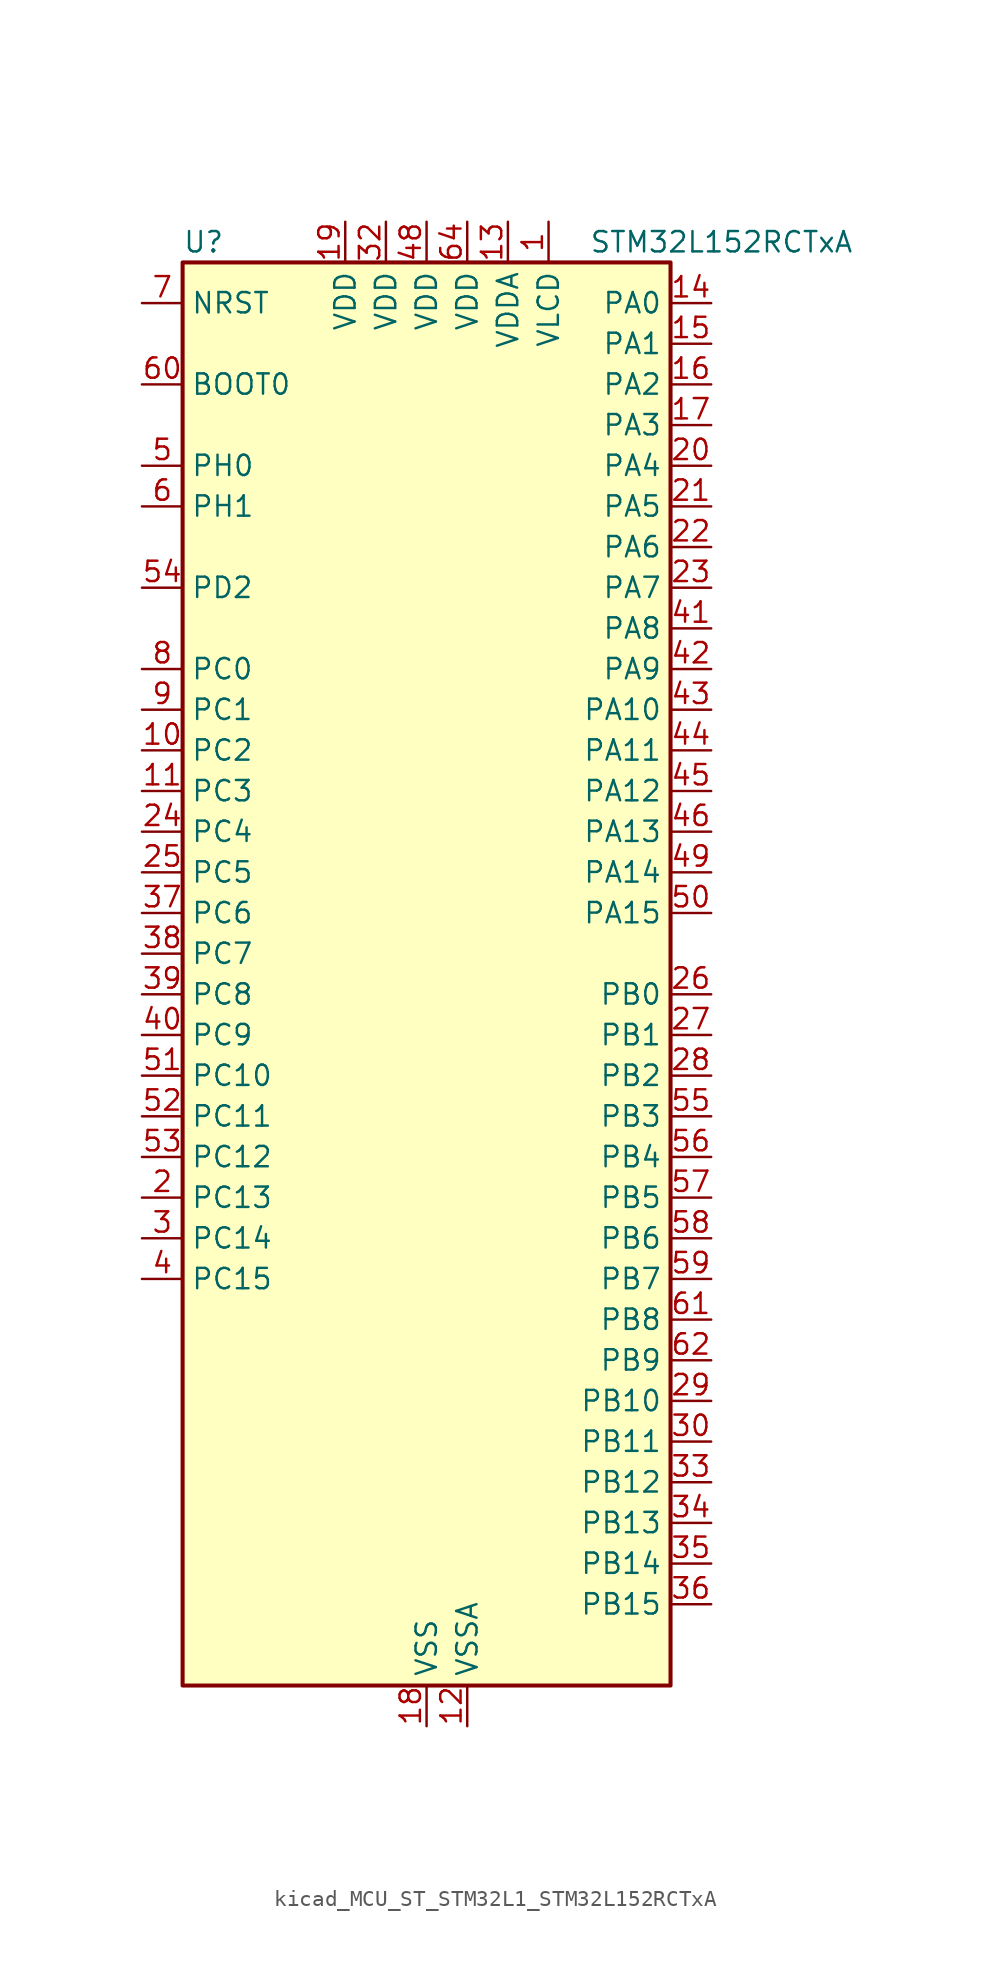
<source format=kicad_sym>
(kicad_symbol_lib
  (version 20220914)
  (generator kicad_symbol_editor)
  (symbol "kicad_MCU_ST_STM32L1_STM32L152RCTxA"
    (property "Reference" "U"
      (at -15.24 46.99 0)
      (effects (font (size 1.27 1.27)) (justify left)))
    (property "Value" "STM32L152RCTxA"
      (at 10.16 46.99 0)
      (effects (font (size 1.27 1.27)) (justify left)))
    (property "ki_locked" ""
      (at 0 0 0)
      (effects (font (size 1.27 1.27))))
    (symbol "kicad_MCU_ST_STM32L1_STM32L152RCTxA_0_1"
      (rectangle (start -15.24 -43.18) (end 15.24 45.72) (stroke (width 0.254) (type default)) (fill (type background))))
    (symbol "kicad_MCU_ST_STM32L1_STM32L152RCTxA_1_1"
      (pin power_in line (at 7.62 48.26 270) (length 2.54) (name "VLCD" (effects (font (size 1.27 1.27)))) (number "1" (effects (font (size 1.27 1.27)))))
      (pin bidirectional line (at -17.78 15.24 0) (length 2.54) (name "PC2" (effects (font (size 1.27 1.27)))) (number "10" (effects (font (size 1.27 1.27)))) (alternate "ADC_IN12" bidirectional line) (alternate "COMP1_INP" bidirectional line) (alternate "LCD_SEG20" bidirectional line) (alternate "TIMX_IC3" bidirectional line) (alternate "TS_G8_IO3" bidirectional line))
      (pin bidirectional line (at -17.78 12.7 0) (length 2.54) (name "PC3" (effects (font (size 1.27 1.27)))) (number "11" (effects (font (size 1.27 1.27)))) (alternate "ADC_IN13" bidirectional line) (alternate "COMP1_INP" bidirectional line) (alternate "LCD_SEG21" bidirectional line) (alternate "TIMX_IC4" bidirectional line) (alternate "TS_G8_IO4" bidirectional line))
      (pin power_in line (at 2.54 -45.72 90) (length 2.54) (name "VSSA" (effects (font (size 1.27 1.27)))) (number "12" (effects (font (size 1.27 1.27)))))
      (pin power_in line (at 5.08 48.26 270) (length 2.54) (name "VDDA" (effects (font (size 1.27 1.27)))) (number "13" (effects (font (size 1.27 1.27)))))
      (pin bidirectional line (at 17.78 43.18 180) (length 2.54) (name "PA0" (effects (font (size 1.27 1.27)))) (number "14" (effects (font (size 1.27 1.27)))) (alternate "ADC_IN0" bidirectional line) (alternate "COMP1_INP" bidirectional line) (alternate "RTC_TAMP2" bidirectional line) (alternate "SYS_WKUP1" bidirectional line) (alternate "TIM2_CH1" bidirectional line) (alternate "TIM2_ETR" bidirectional line) (alternate "TIM5_CH1" bidirectional line) (alternate "TIMX_IC1" bidirectional line) (alternate "TS_G1_IO1" bidirectional line) (alternate "USART2_CTS" bidirectional line))
      (pin bidirectional line (at 17.78 40.64 180) (length 2.54) (name "PA1" (effects (font (size 1.27 1.27)))) (number "15" (effects (font (size 1.27 1.27)))) (alternate "ADC_IN1" bidirectional line) (alternate "COMP1_INP" bidirectional line) (alternate "LCD_SEG0" bidirectional line) (alternate "OPAMP1_VINP" bidirectional line) (alternate "TIM2_CH2" bidirectional line) (alternate "TIM5_CH2" bidirectional line) (alternate "TIMX_IC2" bidirectional line) (alternate "TS_G1_IO2" bidirectional line) (alternate "USART2_RTS" bidirectional line))
      (pin bidirectional line (at 17.78 38.1 180) (length 2.54) (name "PA2" (effects (font (size 1.27 1.27)))) (number "16" (effects (font (size 1.27 1.27)))) (alternate "ADC_IN2" bidirectional line) (alternate "COMP1_INP" bidirectional line) (alternate "LCD_SEG1" bidirectional line) (alternate "OPAMP1_VINM" bidirectional line) (alternate "TIM2_CH3" bidirectional line) (alternate "TIM5_CH3" bidirectional line) (alternate "TIM9_CH1" bidirectional line) (alternate "TIMX_IC3" bidirectional line) (alternate "TS_G1_IO3" bidirectional line) (alternate "USART2_TX" bidirectional line))
      (pin bidirectional line (at 17.78 35.56 180) (length 2.54) (name "PA3" (effects (font (size 1.27 1.27)))) (number "17" (effects (font (size 1.27 1.27)))) (alternate "ADC_IN3" bidirectional line) (alternate "COMP1_INP" bidirectional line) (alternate "LCD_SEG2" bidirectional line) (alternate "OPAMP1_VOUT" bidirectional line) (alternate "TIM2_CH4" bidirectional line) (alternate "TIM5_CH4" bidirectional line) (alternate "TIM9_CH2" bidirectional line) (alternate "TIMX_IC4" bidirectional line) (alternate "TS_G1_IO4" bidirectional line) (alternate "USART2_RX" bidirectional line))
      (pin power_in line (at 0 -45.72 90) (length 2.54) (name "VSS" (effects (font (size 1.27 1.27)))) (number "18" (effects (font (size 1.27 1.27)))))
      (pin power_in line (at -5.08 48.26 270) (length 2.54) (name "VDD" (effects (font (size 1.27 1.27)))) (number "19" (effects (font (size 1.27 1.27)))))
      (pin bidirectional line (at -17.78 -12.7 0) (length 2.54) (name "PC13" (effects (font (size 1.27 1.27)))) (number "2" (effects (font (size 1.27 1.27)))) (alternate "RTC_OUT_ALARM" bidirectional line) (alternate "RTC_OUT_CALIB" bidirectional line) (alternate "RTC_TAMP1" bidirectional line) (alternate "RTC_TS" bidirectional line) (alternate "SYS_WKUP2" bidirectional line) (alternate "TIMX_IC2" bidirectional line))
      (pin bidirectional line (at 17.78 33.02 180) (length 2.54) (name "PA4" (effects (font (size 1.27 1.27)))) (number "20" (effects (font (size 1.27 1.27)))) (alternate "ADC_IN4" bidirectional line) (alternate "COMP1_INP" bidirectional line) (alternate "DAC_OUT1" bidirectional line) (alternate "I2S3_WS" bidirectional line) (alternate "SPI1_NSS" bidirectional line) (alternate "SPI3_NSS" bidirectional line) (alternate "TIMX_IC1" bidirectional line) (alternate "USART2_CK" bidirectional line))
      (pin bidirectional line (at 17.78 30.48 180) (length 2.54) (name "PA5" (effects (font (size 1.27 1.27)))) (number "21" (effects (font (size 1.27 1.27)))) (alternate "ADC_IN5" bidirectional line) (alternate "COMP1_INP" bidirectional line) (alternate "DAC_OUT2" bidirectional line) (alternate "SPI1_SCK" bidirectional line) (alternate "TIM2_CH1" bidirectional line) (alternate "TIM2_ETR" bidirectional line) (alternate "TIMX_IC2" bidirectional line))
      (pin bidirectional line (at 17.78 27.94 180) (length 2.54) (name "PA6" (effects (font (size 1.27 1.27)))) (number "22" (effects (font (size 1.27 1.27)))) (alternate "ADC_IN6" bidirectional line) (alternate "COMP1_INP" bidirectional line) (alternate "LCD_SEG3" bidirectional line) (alternate "OPAMP2_VINP" bidirectional line) (alternate "SPI1_MISO" bidirectional line) (alternate "TIM10_CH1" bidirectional line) (alternate "TIM3_CH1" bidirectional line) (alternate "TIMX_IC3" bidirectional line) (alternate "TS_G2_IO1" bidirectional line))
      (pin bidirectional line (at 17.78 25.4 180) (length 2.54) (name "PA7" (effects (font (size 1.27 1.27)))) (number "23" (effects (font (size 1.27 1.27)))) (alternate "ADC_IN7" bidirectional line) (alternate "COMP1_INP" bidirectional line) (alternate "LCD_SEG4" bidirectional line) (alternate "OPAMP2_VINM" bidirectional line) (alternate "SPI1_MOSI" bidirectional line) (alternate "TIM11_CH1" bidirectional line) (alternate "TIM3_CH2" bidirectional line) (alternate "TIMX_IC4" bidirectional line) (alternate "TS_G2_IO2" bidirectional line))
      (pin bidirectional line (at -17.78 10.16 0) (length 2.54) (name "PC4" (effects (font (size 1.27 1.27)))) (number "24" (effects (font (size 1.27 1.27)))) (alternate "ADC_IN14" bidirectional line) (alternate "COMP1_INP" bidirectional line) (alternate "LCD_SEG22" bidirectional line) (alternate "TIMX_IC1" bidirectional line) (alternate "TS_G9_IO1" bidirectional line))
      (pin bidirectional line (at -17.78 7.62 0) (length 2.54) (name "PC5" (effects (font (size 1.27 1.27)))) (number "25" (effects (font (size 1.27 1.27)))) (alternate "ADC_IN15" bidirectional line) (alternate "COMP1_INP" bidirectional line) (alternate "LCD_SEG23" bidirectional line) (alternate "TIMX_IC2" bidirectional line) (alternate "TS_G9_IO2" bidirectional line))
      (pin bidirectional line (at 17.78 0 180) (length 2.54) (name "PB0" (effects (font (size 1.27 1.27)))) (number "26" (effects (font (size 1.27 1.27)))) (alternate "ADC_IN8" bidirectional line) (alternate "COMP1_INP" bidirectional line) (alternate "LCD_SEG5" bidirectional line) (alternate "OPAMP2_VOUT" bidirectional line) (alternate "SYS_V_REF_OUT" bidirectional line) (alternate "TIM3_CH3" bidirectional line) (alternate "TS_G3_IO1" bidirectional line))
      (pin bidirectional line (at 17.78 -2.54 180) (length 2.54) (name "PB1" (effects (font (size 1.27 1.27)))) (number "27" (effects (font (size 1.27 1.27)))) (alternate "ADC_IN9" bidirectional line) (alternate "COMP1_INP" bidirectional line) (alternate "LCD_SEG6" bidirectional line) (alternate "SYS_V_REF_OUT" bidirectional line) (alternate "TIM3_CH4" bidirectional line) (alternate "TS_G3_IO2" bidirectional line))
      (pin bidirectional line (at 17.78 -5.08 180) (length 2.54) (name "PB2" (effects (font (size 1.27 1.27)))) (number "28" (effects (font (size 1.27 1.27)))) (alternate "TS_G3_IO3" bidirectional line))
      (pin bidirectional line (at 17.78 -25.4 180) (length 2.54) (name "PB10" (effects (font (size 1.27 1.27)))) (number "29" (effects (font (size 1.27 1.27)))) (alternate "I2C2_SCL" bidirectional line) (alternate "LCD_SEG10" bidirectional line) (alternate "TIM2_CH3" bidirectional line) (alternate "USART3_TX" bidirectional line))
      (pin bidirectional line (at -17.78 -15.24 0) (length 2.54) (name "PC14" (effects (font (size 1.27 1.27)))) (number "3" (effects (font (size 1.27 1.27)))) (alternate "RCC_OSC32_IN" bidirectional line) (alternate "TIMX_IC3" bidirectional line))
      (pin bidirectional line (at 17.78 -27.94 180) (length 2.54) (name "PB11" (effects (font (size 1.27 1.27)))) (number "30" (effects (font (size 1.27 1.27)))) (alternate "ADC_EXTI11" bidirectional line) (alternate "I2C2_SDA" bidirectional line) (alternate "LCD_SEG11" bidirectional line) (alternate "TIM2_CH4" bidirectional line) (alternate "USART3_RX" bidirectional line))
      (pin passive line (at 0 -45.72 90) (length 2.54) hide (name "VSS" (effects (font (size 1.27 1.27)))) (number "31" (effects (font (size 1.27 1.27)))))
      (pin power_in line (at -2.54 48.26 270) (length 2.54) (name "VDD" (effects (font (size 1.27 1.27)))) (number "32" (effects (font (size 1.27 1.27)))))
      (pin bidirectional line (at 17.78 -30.48 180) (length 2.54) (name "PB12" (effects (font (size 1.27 1.27)))) (number "33" (effects (font (size 1.27 1.27)))) (alternate "ADC_IN18" bidirectional line) (alternate "COMP1_INP" bidirectional line) (alternate "I2C2_SMBA" bidirectional line) (alternate "I2S2_WS" bidirectional line) (alternate "LCD_SEG12" bidirectional line) (alternate "SPI2_NSS" bidirectional line) (alternate "TIM10_CH1" bidirectional line) (alternate "TS_G7_IO1" bidirectional line) (alternate "USART3_CK" bidirectional line))
      (pin bidirectional line (at 17.78 -33.02 180) (length 2.54) (name "PB13" (effects (font (size 1.27 1.27)))) (number "34" (effects (font (size 1.27 1.27)))) (alternate "ADC_IN19" bidirectional line) (alternate "COMP1_INP" bidirectional line) (alternate "I2S2_CK" bidirectional line) (alternate "LCD_SEG13" bidirectional line) (alternate "SPI2_SCK" bidirectional line) (alternate "TIM9_CH1" bidirectional line) (alternate "TS_G7_IO2" bidirectional line) (alternate "USART3_CTS" bidirectional line))
      (pin bidirectional line (at 17.78 -35.56 180) (length 2.54) (name "PB14" (effects (font (size 1.27 1.27)))) (number "35" (effects (font (size 1.27 1.27)))) (alternate "ADC_IN20" bidirectional line) (alternate "COMP1_INP" bidirectional line) (alternate "LCD_SEG14" bidirectional line) (alternate "SPI2_MISO" bidirectional line) (alternate "TIM9_CH2" bidirectional line) (alternate "TS_G7_IO3" bidirectional line) (alternate "USART3_RTS" bidirectional line))
      (pin bidirectional line (at 17.78 -38.1 180) (length 2.54) (name "PB15" (effects (font (size 1.27 1.27)))) (number "36" (effects (font (size 1.27 1.27)))) (alternate "ADC_EXTI15" bidirectional line) (alternate "ADC_IN21" bidirectional line) (alternate "COMP1_INP" bidirectional line) (alternate "I2S2_SD" bidirectional line) (alternate "LCD_SEG15" bidirectional line) (alternate "RTC_REFIN" bidirectional line) (alternate "SPI2_MOSI" bidirectional line) (alternate "TIM11_CH1" bidirectional line) (alternate "TS_G7_IO4" bidirectional line))
      (pin bidirectional line (at -17.78 5.08 0) (length 2.54) (name "PC6" (effects (font (size 1.27 1.27)))) (number "37" (effects (font (size 1.27 1.27)))) (alternate "I2S2_MCK" bidirectional line) (alternate "LCD_SEG24" bidirectional line) (alternate "TIM3_CH1" bidirectional line) (alternate "TIMX_IC3" bidirectional line) (alternate "TS_G10_IO1" bidirectional line))
      (pin bidirectional line (at -17.78 2.54 0) (length 2.54) (name "PC7" (effects (font (size 1.27 1.27)))) (number "38" (effects (font (size 1.27 1.27)))) (alternate "I2S3_MCK" bidirectional line) (alternate "LCD_SEG25" bidirectional line) (alternate "TIM3_CH2" bidirectional line) (alternate "TIMX_IC4" bidirectional line) (alternate "TS_G10_IO2" bidirectional line))
      (pin bidirectional line (at -17.78 0 0) (length 2.54) (name "PC8" (effects (font (size 1.27 1.27)))) (number "39" (effects (font (size 1.27 1.27)))) (alternate "LCD_SEG26" bidirectional line) (alternate "TIM3_CH3" bidirectional line) (alternate "TIMX_IC1" bidirectional line) (alternate "TS_G10_IO3" bidirectional line))
      (pin bidirectional line (at -17.78 -17.78 0) (length 2.54) (name "PC15" (effects (font (size 1.27 1.27)))) (number "4" (effects (font (size 1.27 1.27)))) (alternate "ADC_EXTI15" bidirectional line) (alternate "RCC_OSC32_OUT" bidirectional line) (alternate "TIMX_IC4" bidirectional line))
      (pin bidirectional line (at -17.78 -2.54 0) (length 2.54) (name "PC9" (effects (font (size 1.27 1.27)))) (number "40" (effects (font (size 1.27 1.27)))) (alternate "DAC_EXTI9" bidirectional line) (alternate "LCD_SEG27" bidirectional line) (alternate "TIM3_CH4" bidirectional line) (alternate "TIMX_IC2" bidirectional line) (alternate "TS_G10_IO4" bidirectional line))
      (pin bidirectional line (at 17.78 22.86 180) (length 2.54) (name "PA8" (effects (font (size 1.27 1.27)))) (number "41" (effects (font (size 1.27 1.27)))) (alternate "LCD_COM0" bidirectional line) (alternate "RCC_MCO" bidirectional line) (alternate "TIMX_IC1" bidirectional line) (alternate "TS_G4_IO1" bidirectional line) (alternate "USART1_CK" bidirectional line))
      (pin bidirectional line (at 17.78 20.32 180) (length 2.54) (name "PA9" (effects (font (size 1.27 1.27)))) (number "42" (effects (font (size 1.27 1.27)))) (alternate "DAC_EXTI9" bidirectional line) (alternate "LCD_COM1" bidirectional line) (alternate "TIMX_IC2" bidirectional line) (alternate "TS_G4_IO2" bidirectional line) (alternate "USART1_TX" bidirectional line))
      (pin bidirectional line (at 17.78 17.78 180) (length 2.54) (name "PA10" (effects (font (size 1.27 1.27)))) (number "43" (effects (font (size 1.27 1.27)))) (alternate "LCD_COM2" bidirectional line) (alternate "TIMX_IC3" bidirectional line) (alternate "TS_G4_IO3" bidirectional line) (alternate "USART1_RX" bidirectional line))
      (pin bidirectional line (at 17.78 15.24 180) (length 2.54) (name "PA11" (effects (font (size 1.27 1.27)))) (number "44" (effects (font (size 1.27 1.27)))) (alternate "ADC_EXTI11" bidirectional line) (alternate "SPI1_MISO" bidirectional line) (alternate "TIMX_IC4" bidirectional line) (alternate "USART1_CTS" bidirectional line) (alternate "USB_DM" bidirectional line))
      (pin bidirectional line (at 17.78 12.7 180) (length 2.54) (name "PA12" (effects (font (size 1.27 1.27)))) (number "45" (effects (font (size 1.27 1.27)))) (alternate "SPI1_MOSI" bidirectional line) (alternate "TIMX_IC1" bidirectional line) (alternate "USART1_RTS" bidirectional line) (alternate "USB_DP" bidirectional line))
      (pin bidirectional line (at 17.78 10.16 180) (length 2.54) (name "PA13" (effects (font (size 1.27 1.27)))) (number "46" (effects (font (size 1.27 1.27)))) (alternate "SYS_JTMS-SWDIO" bidirectional line) (alternate "TIMX_IC2" bidirectional line) (alternate "TS_G5_IO1" bidirectional line))
      (pin passive line (at 0 -45.72 90) (length 2.54) hide (name "VSS" (effects (font (size 1.27 1.27)))) (number "47" (effects (font (size 1.27 1.27)))))
      (pin power_in line (at 0 48.26 270) (length 2.54) (name "VDD" (effects (font (size 1.27 1.27)))) (number "48" (effects (font (size 1.27 1.27)))))
      (pin bidirectional line (at 17.78 7.62 180) (length 2.54) (name "PA14" (effects (font (size 1.27 1.27)))) (number "49" (effects (font (size 1.27 1.27)))) (alternate "SYS_JTCK-SWCLK" bidirectional line) (alternate "TIMX_IC3" bidirectional line) (alternate "TS_G5_IO2" bidirectional line))
      (pin bidirectional line (at -17.78 33.02 0) (length 2.54) (name "PH0" (effects (font (size 1.27 1.27)))) (number "5" (effects (font (size 1.27 1.27)))) (alternate "RCC_OSC_IN" bidirectional line))
      (pin bidirectional line (at 17.78 5.08 180) (length 2.54) (name "PA15" (effects (font (size 1.27 1.27)))) (number "50" (effects (font (size 1.27 1.27)))) (alternate "ADC_EXTI15" bidirectional line) (alternate "I2S3_WS" bidirectional line) (alternate "LCD_SEG17" bidirectional line) (alternate "SPI1_NSS" bidirectional line) (alternate "SPI3_NSS" bidirectional line) (alternate "SYS_JTDI" bidirectional line) (alternate "TIM2_CH1" bidirectional line) (alternate "TIM2_ETR" bidirectional line) (alternate "TIMX_IC4" bidirectional line) (alternate "TS_G5_IO3" bidirectional line))
      (pin bidirectional line (at -17.78 -5.08 0) (length 2.54) (name "PC10" (effects (font (size 1.27 1.27)))) (number "51" (effects (font (size 1.27 1.27)))) (alternate "I2S3_CK" bidirectional line) (alternate "LCD_COM4" bidirectional line) (alternate "LCD_SEG28" bidirectional line) (alternate "LCD_SEG40" bidirectional line) (alternate "SPI3_SCK" bidirectional line) (alternate "TIMX_IC3" bidirectional line) (alternate "USART3_TX" bidirectional line))
      (pin bidirectional line (at -17.78 -7.62 0) (length 2.54) (name "PC11" (effects (font (size 1.27 1.27)))) (number "52" (effects (font (size 1.27 1.27)))) (alternate "ADC_EXTI11" bidirectional line) (alternate "LCD_COM5" bidirectional line) (alternate "LCD_SEG29" bidirectional line) (alternate "LCD_SEG41" bidirectional line) (alternate "SPI3_MISO" bidirectional line) (alternate "TIMX_IC4" bidirectional line) (alternate "USART3_RX" bidirectional line))
      (pin bidirectional line (at -17.78 -10.16 0) (length 2.54) (name "PC12" (effects (font (size 1.27 1.27)))) (number "53" (effects (font (size 1.27 1.27)))) (alternate "I2S3_SD" bidirectional line) (alternate "LCD_COM6" bidirectional line) (alternate "LCD_SEG30" bidirectional line) (alternate "LCD_SEG42" bidirectional line) (alternate "SPI3_MOSI" bidirectional line) (alternate "TIMX_IC1" bidirectional line) (alternate "USART3_CK" bidirectional line))
      (pin bidirectional line (at -17.78 25.4 0) (length 2.54) (name "PD2" (effects (font (size 1.27 1.27)))) (number "54" (effects (font (size 1.27 1.27)))) (alternate "LCD_COM7" bidirectional line) (alternate "LCD_SEG31" bidirectional line) (alternate "LCD_SEG43" bidirectional line) (alternate "TIM3_ETR" bidirectional line) (alternate "TIMX_IC3" bidirectional line))
      (pin bidirectional line (at 17.78 -7.62 180) (length 2.54) (name "PB3" (effects (font (size 1.27 1.27)))) (number "55" (effects (font (size 1.27 1.27)))) (alternate "COMP2_INM" bidirectional line) (alternate "I2S3_CK" bidirectional line) (alternate "LCD_SEG7" bidirectional line) (alternate "SPI1_SCK" bidirectional line) (alternate "SPI3_SCK" bidirectional line) (alternate "SYS_JTDO-TRACESWO" bidirectional line) (alternate "TIM2_CH2" bidirectional line))
      (pin bidirectional line (at 17.78 -10.16 180) (length 2.54) (name "PB4" (effects (font (size 1.27 1.27)))) (number "56" (effects (font (size 1.27 1.27)))) (alternate "COMP2_INP" bidirectional line) (alternate "LCD_SEG8" bidirectional line) (alternate "SPI1_MISO" bidirectional line) (alternate "SPI3_MISO" bidirectional line) (alternate "SYS_JTRST" bidirectional line) (alternate "TIM3_CH1" bidirectional line) (alternate "TS_G6_IO1" bidirectional line))
      (pin bidirectional line (at 17.78 -12.7 180) (length 2.54) (name "PB5" (effects (font (size 1.27 1.27)))) (number "57" (effects (font (size 1.27 1.27)))) (alternate "COMP2_INP" bidirectional line) (alternate "I2C1_SMBA" bidirectional line) (alternate "I2S3_SD" bidirectional line) (alternate "LCD_SEG9" bidirectional line) (alternate "SPI1_MOSI" bidirectional line) (alternate "SPI3_MOSI" bidirectional line) (alternate "TIM3_CH2" bidirectional line) (alternate "TS_G6_IO2" bidirectional line))
      (pin bidirectional line (at 17.78 -15.24 180) (length 2.54) (name "PB6" (effects (font (size 1.27 1.27)))) (number "58" (effects (font (size 1.27 1.27)))) (alternate "COMP2_INP" bidirectional line) (alternate "I2C1_SCL" bidirectional line) (alternate "TIM4_CH1" bidirectional line) (alternate "TS_G6_IO3" bidirectional line) (alternate "USART1_TX" bidirectional line))
      (pin bidirectional line (at 17.78 -17.78 180) (length 2.54) (name "PB7" (effects (font (size 1.27 1.27)))) (number "59" (effects (font (size 1.27 1.27)))) (alternate "COMP2_INP" bidirectional line) (alternate "I2C1_SDA" bidirectional line) (alternate "SYS_PVD_IN" bidirectional line) (alternate "TIM4_CH2" bidirectional line) (alternate "TS_G6_IO4" bidirectional line) (alternate "USART1_RX" bidirectional line))
      (pin bidirectional line (at -17.78 30.48 0) (length 2.54) (name "PH1" (effects (font (size 1.27 1.27)))) (number "6" (effects (font (size 1.27 1.27)))) (alternate "RCC_OSC_OUT" bidirectional line))
      (pin input line (at -17.78 38.1 0) (length 2.54) (name "BOOT0" (effects (font (size 1.27 1.27)))) (number "60" (effects (font (size 1.27 1.27)))))
      (pin bidirectional line (at 17.78 -20.32 180) (length 2.54) (name "PB8" (effects (font (size 1.27 1.27)))) (number "61" (effects (font (size 1.27 1.27)))) (alternate "I2C1_SCL" bidirectional line) (alternate "LCD_SEG16" bidirectional line) (alternate "TIM10_CH1" bidirectional line) (alternate "TIM4_CH3" bidirectional line))
      (pin bidirectional line (at 17.78 -22.86 180) (length 2.54) (name "PB9" (effects (font (size 1.27 1.27)))) (number "62" (effects (font (size 1.27 1.27)))) (alternate "DAC_EXTI9" bidirectional line) (alternate "I2C1_SDA" bidirectional line) (alternate "LCD_COM3" bidirectional line) (alternate "TIM11_CH1" bidirectional line) (alternate "TIM4_CH4" bidirectional line))
      (pin passive line (at 0 -45.72 90) (length 2.54) hide (name "VSS" (effects (font (size 1.27 1.27)))) (number "63" (effects (font (size 1.27 1.27)))))
      (pin power_in line (at 2.54 48.26 270) (length 2.54) (name "VDD" (effects (font (size 1.27 1.27)))) (number "64" (effects (font (size 1.27 1.27)))))
      (pin input line (at -17.78 43.18 0) (length 2.54) (name "NRST" (effects (font (size 1.27 1.27)))) (number "7" (effects (font (size 1.27 1.27)))))
      (pin bidirectional line (at -17.78 20.32 0) (length 2.54) (name "PC0" (effects (font (size 1.27 1.27)))) (number "8" (effects (font (size 1.27 1.27)))) (alternate "ADC_IN10" bidirectional line) (alternate "COMP1_INP" bidirectional line) (alternate "LCD_SEG18" bidirectional line) (alternate "TIMX_IC1" bidirectional line) (alternate "TS_G8_IO1" bidirectional line))
      (pin bidirectional line (at -17.78 17.78 0) (length 2.54) (name "PC1" (effects (font (size 1.27 1.27)))) (number "9" (effects (font (size 1.27 1.27)))) (alternate "ADC_IN11" bidirectional line) (alternate "COMP1_INP" bidirectional line) (alternate "LCD_SEG19" bidirectional line) (alternate "TIMX_IC2" bidirectional line) (alternate "TS_G8_IO2" bidirectional line)))))
</source>
